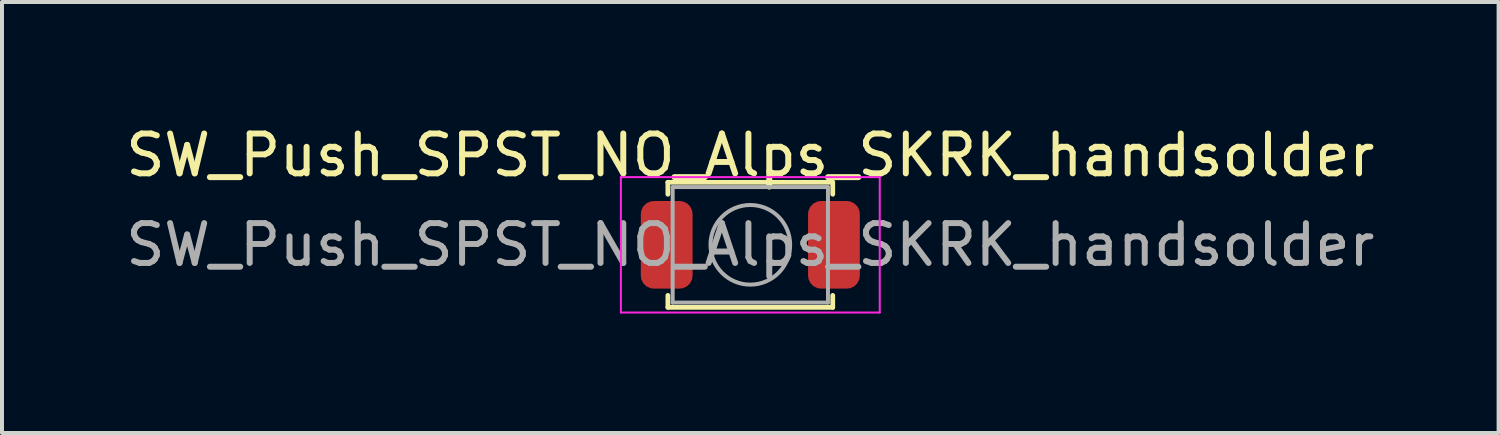
<source format=kicad_pcb>
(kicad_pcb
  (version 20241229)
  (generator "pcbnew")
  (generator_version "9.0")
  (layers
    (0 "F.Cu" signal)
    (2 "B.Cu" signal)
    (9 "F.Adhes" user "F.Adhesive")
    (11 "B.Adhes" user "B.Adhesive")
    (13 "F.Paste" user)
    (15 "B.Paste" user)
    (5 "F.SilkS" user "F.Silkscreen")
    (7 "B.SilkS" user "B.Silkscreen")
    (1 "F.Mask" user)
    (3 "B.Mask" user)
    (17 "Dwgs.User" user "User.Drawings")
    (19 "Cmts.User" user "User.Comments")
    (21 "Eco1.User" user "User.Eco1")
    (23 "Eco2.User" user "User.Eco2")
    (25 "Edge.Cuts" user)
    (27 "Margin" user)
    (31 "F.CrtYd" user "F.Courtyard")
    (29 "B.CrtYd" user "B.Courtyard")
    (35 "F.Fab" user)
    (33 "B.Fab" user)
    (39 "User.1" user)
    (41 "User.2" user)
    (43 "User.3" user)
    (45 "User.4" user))
  (footprint "SW_Push_SPST_NO_Alps_SKRK_handsolder"
    (layer "F.Cu")
    (at 15.792 3.098)
    (property "Reference" "SW_Push_SPST_NO_Alps_SKRK_handsolder" (at 0 -2.25 0) (layer "F.SilkS") (effects (font (size 1 1) (thickness 0.15))))
    (attr smd)
    (fp_line (start -2.07 -1.57) (end 2.07 -1.57) (stroke (width 0.12) (type solid)) (layer "F.SilkS"))
    (fp_line (start -2.07 -1.27) (end -2.07 -1.57) (stroke (width 0.12) (type solid)) (layer "F.SilkS"))
    (fp_line (start -2.07 1.57) (end -2.07 1.27) (stroke (width 0.12) (type solid)) (layer "F.SilkS"))
    (fp_line (start 2.07 -1.57) (end 2.07 -1.27) (stroke (width 0.12) (type solid)) (layer "F.SilkS"))
    (fp_line (start 2.07 1.27) (end 2.07 1.57) (stroke (width 0.12) (type solid)) (layer "F.SilkS"))
    (fp_line (start 2.07 1.57) (end -2.07 1.57) (stroke (width 0.12) (type solid)) (layer "F.SilkS"))
    (fp_line (start -3.25 -1.7) (end 3.25 -1.7) (stroke (width 0.05) (type solid)) (layer "F.CrtYd"))
    (fp_line (start -3.25 1.7) (end -3.25 -1.7) (stroke (width 0.05) (type solid)) (layer "F.CrtYd"))
    (fp_line (start 3.25 -1.7) (end 3.25 1.7) (stroke (width 0.05) (type solid)) (layer "F.CrtYd"))
    (fp_line (start 3.25 1.7) (end -3.25 1.7) (stroke (width 0.05) (type solid)) (layer "F.CrtYd"))
    (fp_line (start -1.95 -1.45) (end 1.95 -1.45) (stroke (width 0.1) (type solid)) (layer "F.Fab"))
    (fp_line (start -1.95 1.45) (end -1.95 -1.45) (stroke (width 0.1) (type solid)) (layer "F.Fab"))
    (fp_line (start 1.95 -1.45) (end 1.95 1.45) (stroke (width 0.1) (type solid)) (layer "F.Fab"))
    (fp_line (start 1.95 1.45) (end -1.95 1.45) (stroke (width 0.1) (type solid)) (layer "F.Fab"))
    (fp_circle (center 0 0) (end 1 0) (stroke (width 0.1) (type solid)) (fill no) (layer "F.Fab"))
    (fp_text user "${REFERENCE}" (at 0 0 0) (layer "F.Fab") (effects (font (size 1 1) (thickness 0.15))))
    (pad "1" smd roundrect (at -2.1 0) (size 1.3 2.2) (layers "F.Cu" "F.Mask" "F.Paste") (roundrect_rratio 0.25))
    (pad "2" smd roundrect (at 2.1 0) (size 1.3 2.2) (layers "F.Cu" "F.Mask" "F.Paste") (roundrect_rratio 0.25)))
  (gr_rect
    (start -3 -3)
    (end 34.583 7.823)
    (stroke (width 0.1) (type default))
    (fill no)
    (layer "Edge.Cuts")))
</source>
